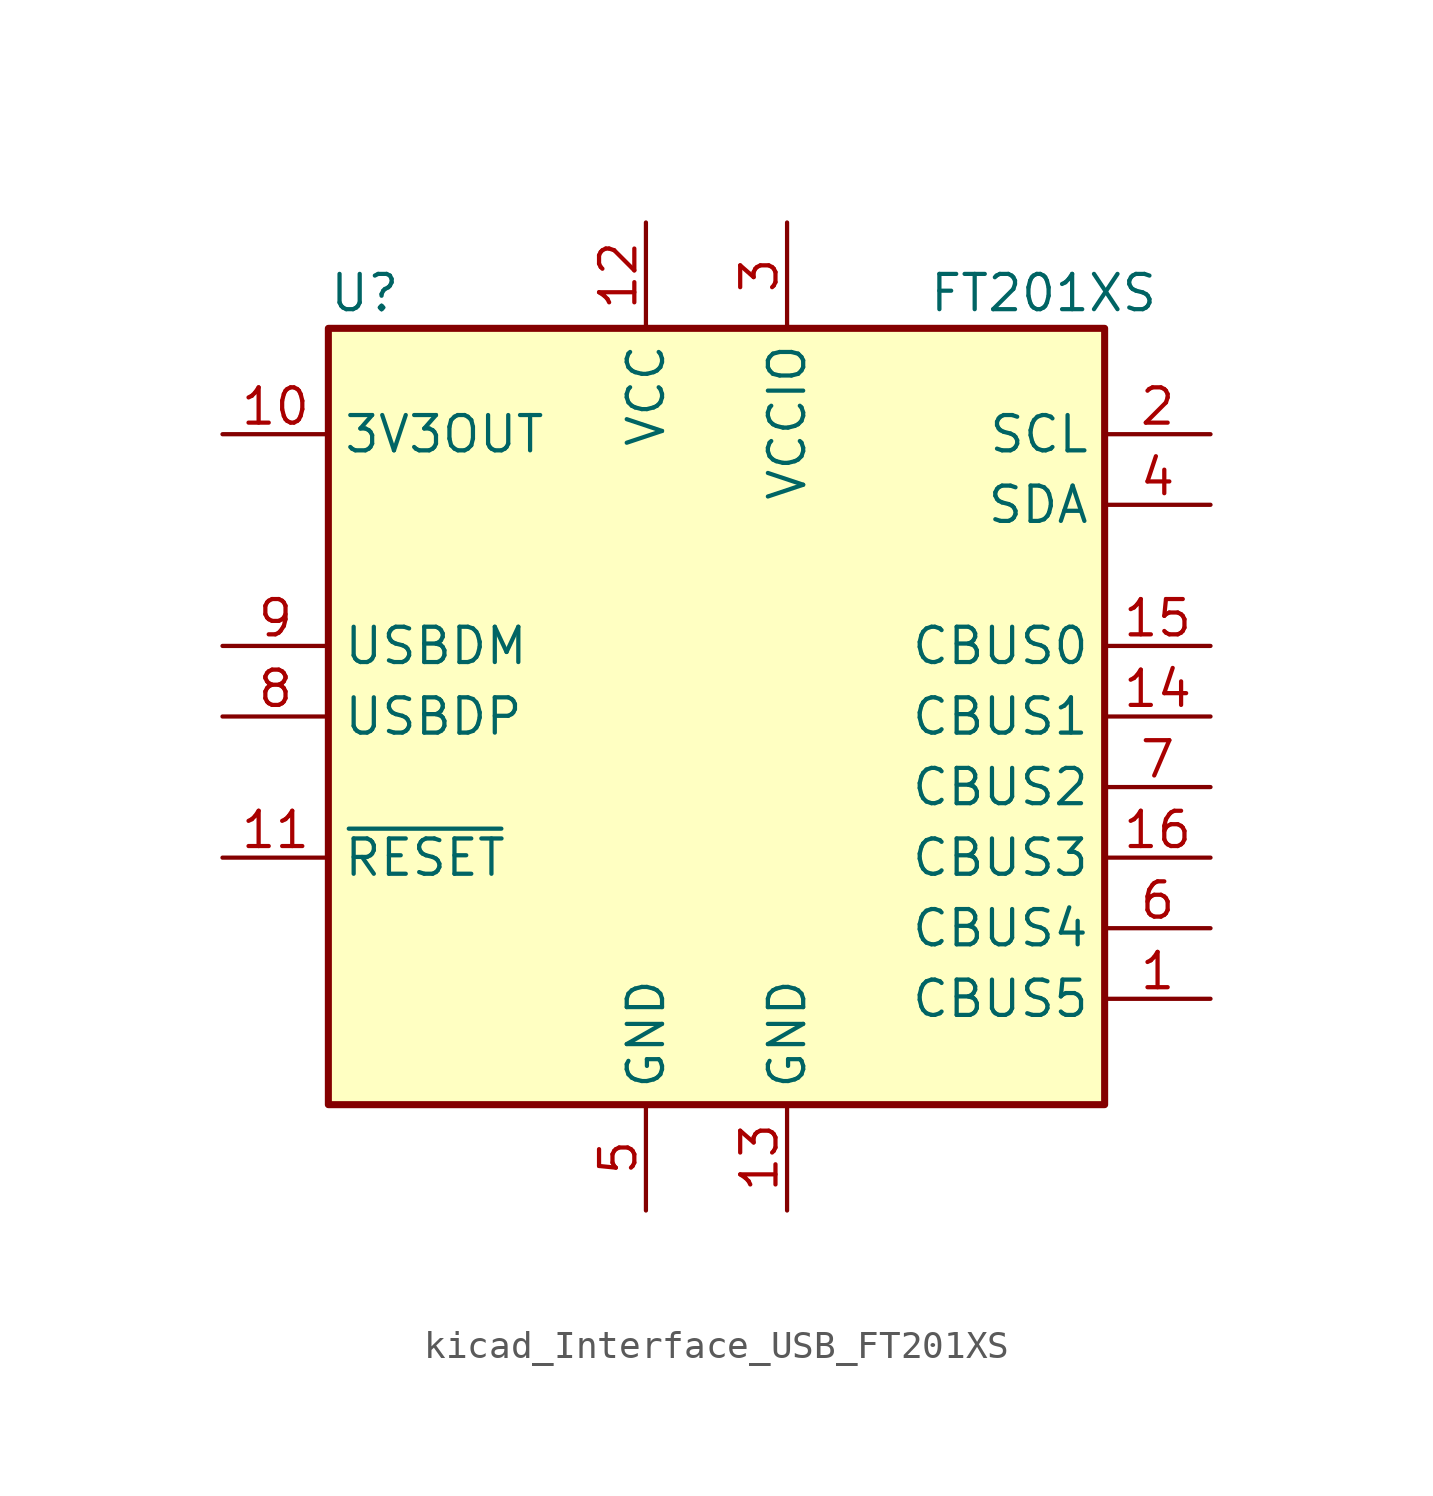
<source format=kicad_sym>
(kicad_symbol_lib
  (version 20220914)
  (generator kicad_symbol_editor)
  (symbol "kicad_Interface_USB_FT201XS"
    (property "Reference" "U"
      (at -13.97 15.24 0)
      (effects (font (size 1.27 1.27)) (justify left)))
    (property "Value" "FT201XS"
      (at 7.62 15.24 0)
      (effects (font (size 1.27 1.27)) (justify left)))
    (symbol "kicad_Interface_USB_FT201XS_0_1"
      (rectangle (start -13.97 13.97) (end 13.97 -13.97) (stroke (width 0.254) (type default)) (fill (type background))))
    (symbol "kicad_Interface_USB_FT201XS_1_1"
      (pin bidirectional line (at 17.78 -10.16 180) (length 3.81) (name "CBUS5" (effects (font (size 1.27 1.27)))) (number "1" (effects (font (size 1.27 1.27)))))
      (pin power_out line (at -17.78 10.16 0) (length 3.81) (name "3V3OUT" (effects (font (size 1.27 1.27)))) (number "10" (effects (font (size 1.27 1.27)))))
      (pin input line (at -17.78 -5.08 0) (length 3.81) (name "~{RESET}" (effects (font (size 1.27 1.27)))) (number "11" (effects (font (size 1.27 1.27)))))
      (pin power_in line (at -2.54 17.78 270) (length 3.81) (name "VCC" (effects (font (size 1.27 1.27)))) (number "12" (effects (font (size 1.27 1.27)))))
      (pin power_in line (at 2.54 -17.78 90) (length 3.81) (name "GND" (effects (font (size 1.27 1.27)))) (number "13" (effects (font (size 1.27 1.27)))))
      (pin bidirectional line (at 17.78 0 180) (length 3.81) (name "CBUS1" (effects (font (size 1.27 1.27)))) (number "14" (effects (font (size 1.27 1.27)))))
      (pin bidirectional line (at 17.78 2.54 180) (length 3.81) (name "CBUS0" (effects (font (size 1.27 1.27)))) (number "15" (effects (font (size 1.27 1.27)))))
      (pin bidirectional line (at 17.78 -5.08 180) (length 3.81) (name "CBUS3" (effects (font (size 1.27 1.27)))) (number "16" (effects (font (size 1.27 1.27)))))
      (pin input line (at 17.78 10.16 180) (length 3.81) (name "SCL" (effects (font (size 1.27 1.27)))) (number "2" (effects (font (size 1.27 1.27)))))
      (pin power_out line (at 2.54 17.78 270) (length 3.81) (name "VCCIO" (effects (font (size 1.27 1.27)))) (number "3" (effects (font (size 1.27 1.27)))))
      (pin bidirectional line (at 17.78 7.62 180) (length 3.81) (name "SDA" (effects (font (size 1.27 1.27)))) (number "4" (effects (font (size 1.27 1.27)))))
      (pin power_in line (at -2.54 -17.78 90) (length 3.81) (name "GND" (effects (font (size 1.27 1.27)))) (number "5" (effects (font (size 1.27 1.27)))))
      (pin bidirectional line (at 17.78 -7.62 180) (length 3.81) (name "CBUS4" (effects (font (size 1.27 1.27)))) (number "6" (effects (font (size 1.27 1.27)))))
      (pin bidirectional line (at 17.78 -2.54 180) (length 3.81) (name "CBUS2" (effects (font (size 1.27 1.27)))) (number "7" (effects (font (size 1.27 1.27)))))
      (pin bidirectional line (at -17.78 0 0) (length 3.81) (name "USBDP" (effects (font (size 1.27 1.27)))) (number "8" (effects (font (size 1.27 1.27)))))
      (pin bidirectional line (at -17.78 2.54 0) (length 3.81) (name "USBDM" (effects (font (size 1.27 1.27)))) (number "9" (effects (font (size 1.27 1.27))))))))
</source>
